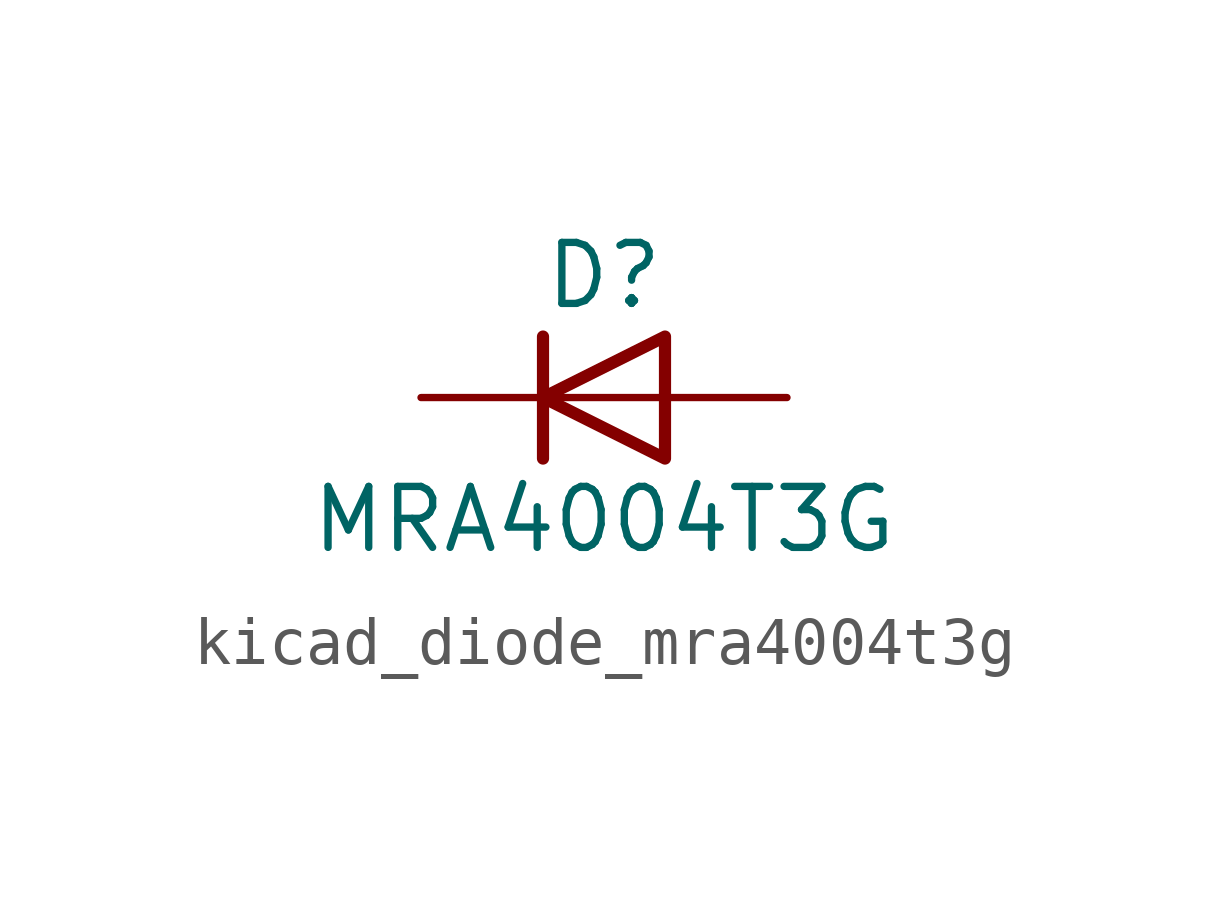
<source format=kicad_sym>
(kicad_symbol_lib
  (version 20220914)
  (generator kicad_symbol_editor)
  (symbol "kicad_diode_mra4004t3g"
    (pin_numbers hide)
    (pin_names hide)
    (property "Reference" "D"
      (at 0 2.54 0)
      (effects (font (size 1.27 1.27))))
    (property "Value" "MRA4004T3G"
      (at 0 -2.54 0)
      (effects (font (size 1.27 1.27))))
    (symbol "kicad_diode_mra4004t3g_0_1"
      (polyline (pts (xy -1.27 1.27) (xy -1.27 -1.27)) (stroke (width 0.254) (type default)) (fill (type none)))
      (polyline (pts (xy 1.27 0) (xy -1.27 0)) (stroke (width 0) (type default)) (fill (type none)))
      (polyline (pts (xy 1.27 1.27) (xy 1.27 -1.27) (xy -1.27 0) (xy 1.27 1.27)) (stroke (width 0.254) (type default)) (fill (type none))))
    (symbol "kicad_diode_mra4004t3g_1_1"
      (pin passive line (at -3.81 0 0) (length 2.54) (name "K" (effects (font (size 1.27 1.27)))) (number "1" (effects (font (size 1.27 1.27)))))
      (pin passive line (at 3.81 0 180) (length 2.54) (name "A" (effects (font (size 1.27 1.27)))) (number "2" (effects (font (size 1.27 1.27))))))))
</source>
